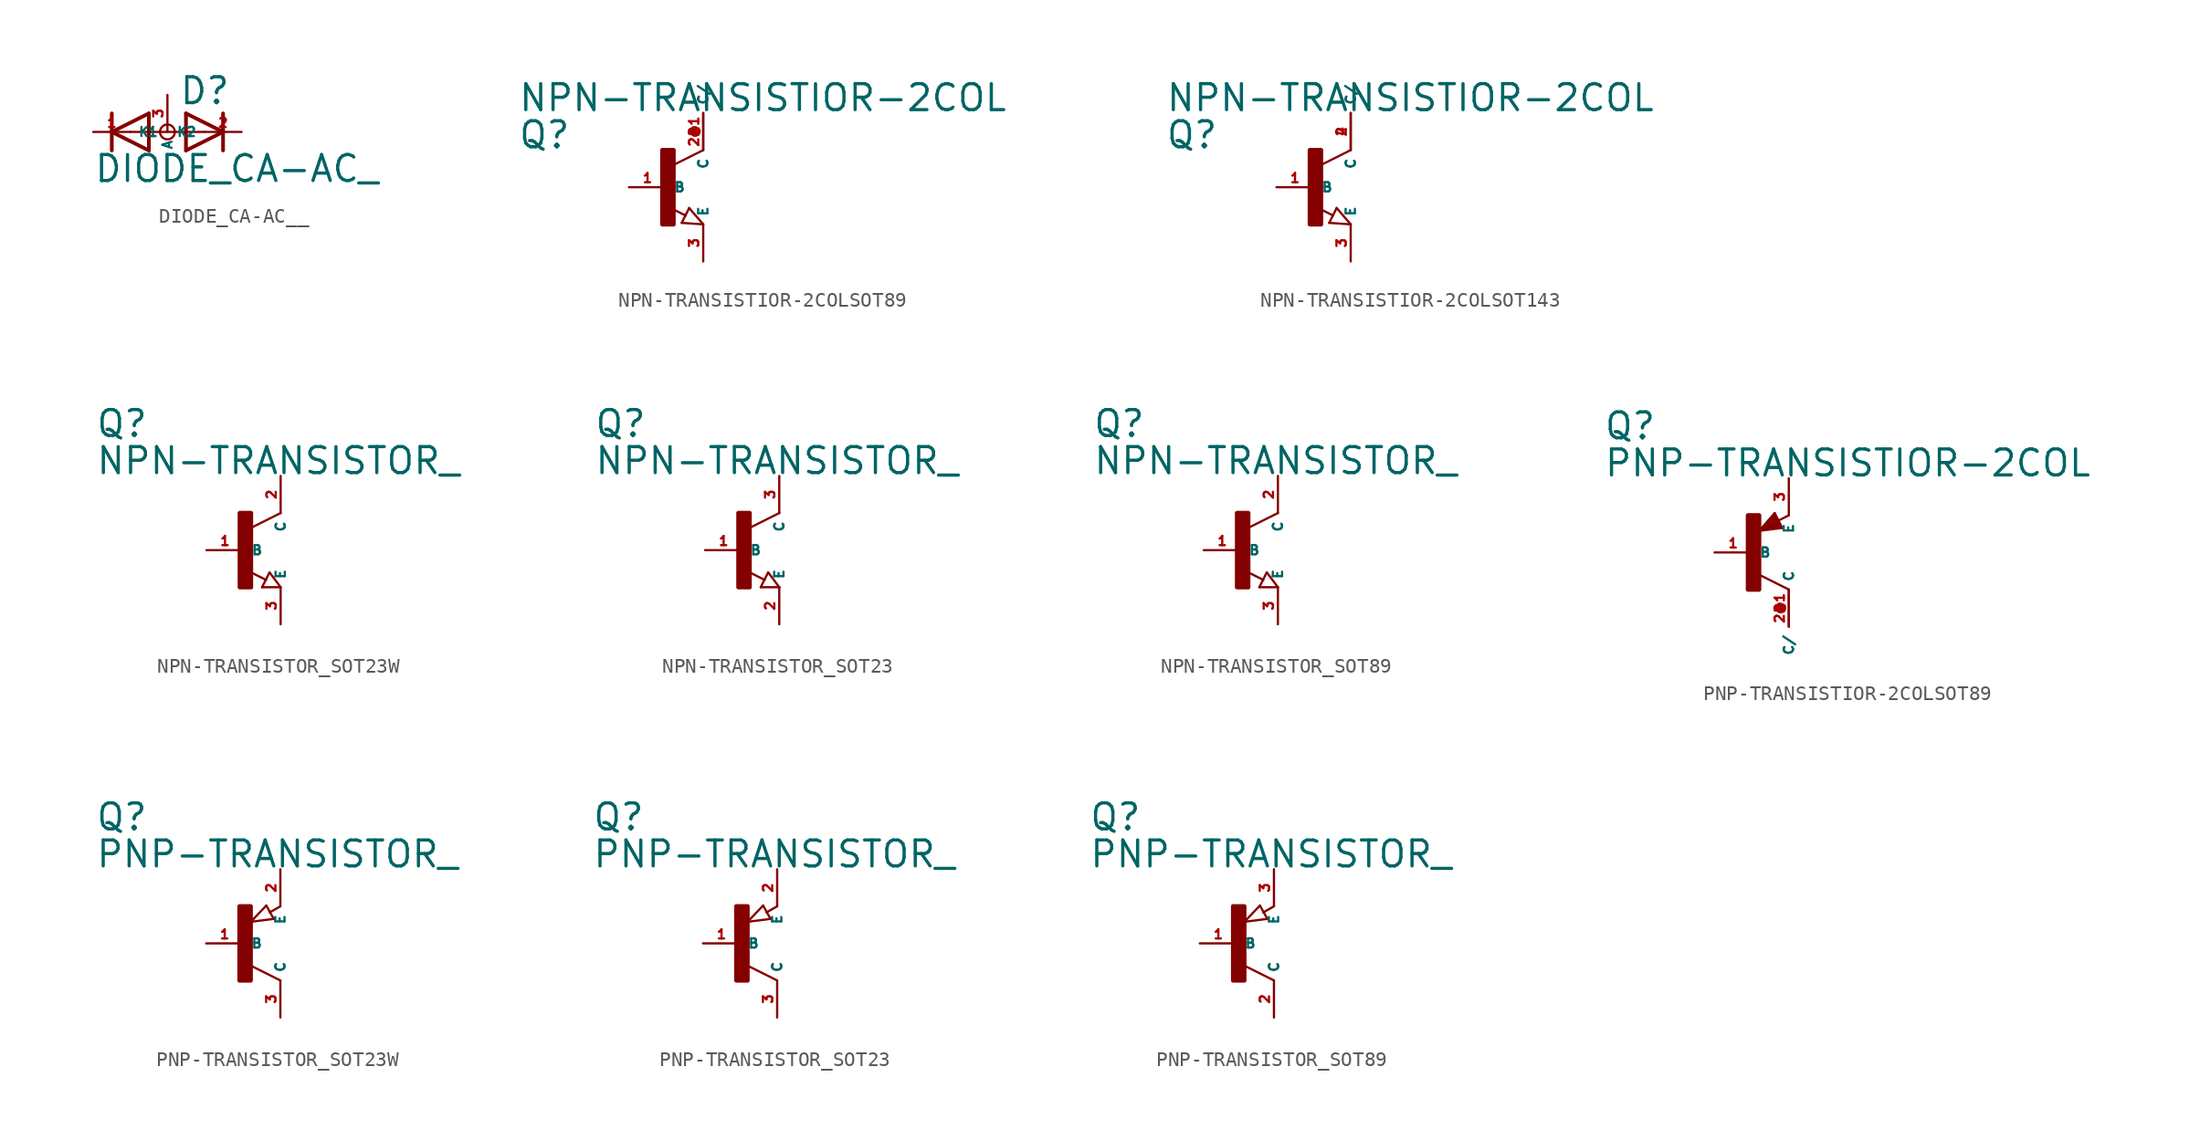
<source format=kicad_sym>
(kicad_symbol_lib
  (version 20220914)
  (generator Eagle2Kicad)
  (symbol "DIODE_CA-AC__"
    (property "Reference" "D"
      (at 0.762 1.778 0)
      (effects (font (size 1.778 1.778) (thickness 0.22)) (justify left bottom)))
    (property "Value" "DIODE_CA-AC_"
      (at -5.08 -3.556 0)
      (effects (font (size 1.778 1.778) (thickness 0.22)) (justify left bottom)))
    (polyline
      (pts (xy -1.27 1.27) (xy -3.81 0))
      (stroke (width 0.254) (type default))
      (fill (type none)))
    (polyline
      (pts (xy -3.81 0) (xy -1.27 -1.27))
      (stroke (width 0.254) (type default))
      (fill (type none)))
    (polyline
      (pts (xy -3.81 -1.27) (xy -3.81 0))
      (stroke (width 0.254) (type default))
      (fill (type none)))
    (polyline
      (pts (xy -1.27 -1.27) (xy -1.27 1.27))
      (stroke (width 0.254) (type default))
      (fill (type none)))
    (polyline
      (pts (xy -3.81 0) (xy -3.81 1.27))
      (stroke (width 0.254) (type default))
      (fill (type none)))
    (polyline
      (pts (xy 1.27 -1.27) (xy 3.81 0))
      (stroke (width 0.254) (type default))
      (fill (type none)))
    (polyline
      (pts (xy 3.81 0) (xy 1.27 1.27))
      (stroke (width 0.254) (type default))
      (fill (type none)))
    (polyline
      (pts (xy 3.81 1.27) (xy 3.81 0))
      (stroke (width 0.254) (type default))
      (fill (type none)))
    (polyline
      (pts (xy 1.27 1.27) (xy 1.27 -1.27))
      (stroke (width 0.254) (type default))
      (fill (type none)))
    (polyline
      (pts (xy 3.81 0) (xy 3.81 -1.27))
      (stroke (width 0.254) (type default))
      (fill (type none)))
    (polyline
      (pts (xy -2.54 0) (xy 2.54 0))
      (stroke (width 0.152) (type default))
      (fill (type none)))
    (circle
      (center 0 0)
      (radius 0.508)
      (stroke (width 0) (type default))
      (fill (type none)))
    (pin passive line
      (at -5.08 0 0)
      (length 2.54)
      (name "K1" (effects (font (size 0.635 0.635) (thickness 0.08)) (justify left bottom)))
      (number "1" (effects (font (size 0.635 0.635) (thickness 0.08)) (justify left bottom))))
    (pin passive line
      (at 0 2.54 270)
      (length 2.54)
      (name "A" (effects (font (size 0.635 0.635) (thickness 0.08)) (justify left bottom)))
      (number "3" (effects (font (size 0.635 0.635) (thickness 0.08)) (justify left bottom))))
    (pin passive line
      (at 5.08 0 180)
      (length 2.54)
      (name "K2" (effects (font (size 0.635 0.635) (thickness 0.08)) (justify left bottom)))
      (number "2" (effects (font (size 0.635 0.635) (thickness 0.08)) (justify left bottom)))))
  (symbol "NPN-TRANSISTIOR-2COLSOT89"
    (property "Reference" "Q"
      (at -10.16 2.54 0)
      (effects (font (size 1.778 1.778) (thickness 0.22)) (justify left bottom)))
    (property "Value" "NPN-TRANSISTIOR-2COL"
      (at -10.16 5.08 0)
      (effects (font (size 1.778 1.778) (thickness 0.22)) (justify left bottom)))
    (polyline
      (pts (xy 2.54 2.54) (xy 0.508 1.524))
      (stroke (width 0.152) (type default))
      (fill (type none)))
    (polyline
      (pts (xy 1.578 -1.424) (xy 2.54 -2.54))
      (stroke (width 0.152) (type default))
      (fill (type none)))
    (polyline
      (pts (xy 2.54 -2.54) (xy 1.07 -2.44))
      (stroke (width 0.152) (type default))
      (fill (type none)))
    (polyline
      (pts (xy 1.07 -2.44) (xy 1.578 -1.424))
      (stroke (width 0.152) (type default))
      (fill (type none)))
    (polyline
      (pts (xy 1.34 -1.94) (xy 0.108 -1.324))
      (stroke (width 0.152) (type default))
      (fill (type none)))
    (rectangle
      (start -0.254 -2.54)
      (end 0.508 2.54)
      (stroke (width 0.3) (type default))
      (fill (type outline)))
    (pin passive line
      (at -2.54 0 0)
      (length 2.54)
      (name "B" (effects (font (size 0.635 0.635) (thickness 0.08)) (justify left bottom)))
      (number "1" (effects (font (size 0.635 0.635) (thickness 0.08)) (justify left bottom))))
    (pin passive line
      (at 2.54 -5.08 90)
      (length 2.54)
      (name "E" (effects (font (size 0.635 0.635) (thickness 0.08)) (justify left bottom)))
      (number "3" (effects (font (size 0.635 0.635) (thickness 0.08)) (justify left bottom))))
    (pin passive line
      (at 2.54 5.08 270)
      (length 2.54)
      (name "C" (effects (font (size 0.635 0.635) (thickness 0.08)) (justify left bottom)))
      (number "2" (effects (font (size 0.635 0.635) (thickness 0.08)) (justify left bottom))))
    (pin passive line
      (at 2.54 2.54 90)
      (length 2.54)
      (name "C/" (effects (font (size 0.635 0.635) (thickness 0.08)) (justify left bottom)))
      (number "2@1" (effects (font (size 0.635 0.635) (thickness 0.08)) (justify left bottom)))))
  (symbol "NPN-TRANSISTIOR-2COLSOT143"
    (property "Reference" "Q"
      (at -10.16 2.54 0)
      (effects (font (size 1.778 1.778) (thickness 0.22)) (justify left bottom)))
    (property "Value" "NPN-TRANSISTIOR-2COL"
      (at -10.16 5.08 0)
      (effects (font (size 1.778 1.778) (thickness 0.22)) (justify left bottom)))
    (polyline
      (pts (xy 2.54 2.54) (xy 0.508 1.524))
      (stroke (width 0.152) (type default))
      (fill (type none)))
    (polyline
      (pts (xy 1.578 -1.424) (xy 2.54 -2.54))
      (stroke (width 0.152) (type default))
      (fill (type none)))
    (polyline
      (pts (xy 2.54 -2.54) (xy 1.07 -2.44))
      (stroke (width 0.152) (type default))
      (fill (type none)))
    (polyline
      (pts (xy 1.07 -2.44) (xy 1.578 -1.424))
      (stroke (width 0.152) (type default))
      (fill (type none)))
    (polyline
      (pts (xy 1.34 -1.94) (xy 0.108 -1.324))
      (stroke (width 0.152) (type default))
      (fill (type none)))
    (rectangle
      (start -0.254 -2.54)
      (end 0.508 2.54)
      (stroke (width 0.3) (type default))
      (fill (type outline)))
    (pin passive line
      (at -2.54 0 0)
      (length 2.54)
      (name "B" (effects (font (size 0.635 0.635) (thickness 0.08)) (justify left bottom)))
      (number "1" (effects (font (size 0.635 0.635) (thickness 0.08)) (justify left bottom))))
    (pin passive line
      (at 2.54 -5.08 90)
      (length 2.54)
      (name "E" (effects (font (size 0.635 0.635) (thickness 0.08)) (justify left bottom)))
      (number "3" (effects (font (size 0.635 0.635) (thickness 0.08)) (justify left bottom))))
    (pin passive line
      (at 2.54 5.08 270)
      (length 2.54)
      (name "C" (effects (font (size 0.635 0.635) (thickness 0.08)) (justify left bottom)))
      (number "2" (effects (font (size 0.635 0.635) (thickness 0.08)) (justify left bottom))))
    (pin passive line
      (at 2.54 2.54 90)
      (length 2.54)
      (name "C/" (effects (font (size 0.635 0.635) (thickness 0.08)) (justify left bottom)))
      (number "4" (effects (font (size 0.635 0.635) (thickness 0.08)) (justify left bottom)))))
  (symbol "NPN-TRANSISTOR_SOT23W"
    (property "Reference" "Q"
      (at -10.16 7.62 0)
      (effects (font (size 1.778 1.778) (thickness 0.22)) (justify left bottom)))
    (property "Value" "NPN-TRANSISTOR_"
      (at -10.16 5.08 0)
      (effects (font (size 1.778 1.778) (thickness 0.22)) (justify left bottom)))
    (polyline
      (pts (xy 2.54 2.54) (xy 0.508 1.524))
      (stroke (width 0.152) (type default))
      (fill (type none)))
    (polyline
      (pts (xy 1.778 -1.524) (xy 2.54 -2.54))
      (stroke (width 0.152) (type default))
      (fill (type none)))
    (polyline
      (pts (xy 2.54 -2.54) (xy 1.27 -2.54))
      (stroke (width 0.152) (type default))
      (fill (type none)))
    (polyline
      (pts (xy 1.27 -2.54) (xy 1.778 -1.524))
      (stroke (width 0.152) (type default))
      (fill (type none)))
    (polyline
      (pts (xy 1.54 -2.04) (xy 0.308 -1.424))
      (stroke (width 0.152) (type default))
      (fill (type none)))
    (rectangle
      (start -0.254 -2.54)
      (end 0.508 2.54)
      (stroke (width 0.3) (type default))
      (fill (type outline)))
    (pin passive line
      (at -2.54 0 0)
      (length 2.54)
      (name "B" (effects (font (size 0.635 0.635) (thickness 0.08)) (justify left bottom)))
      (number "1" (effects (font (size 0.635 0.635) (thickness 0.08)) (justify left bottom))))
    (pin passive line
      (at 2.54 -5.08 90)
      (length 2.54)
      (name "E" (effects (font (size 0.635 0.635) (thickness 0.08)) (justify left bottom)))
      (number "3" (effects (font (size 0.635 0.635) (thickness 0.08)) (justify left bottom))))
    (pin passive line
      (at 2.54 5.08 270)
      (length 2.54)
      (name "C" (effects (font (size 0.635 0.635) (thickness 0.08)) (justify left bottom)))
      (number "2" (effects (font (size 0.635 0.635) (thickness 0.08)) (justify left bottom)))))
  (symbol "NPN-TRANSISTOR_SOT23"
    (property "Reference" "Q"
      (at -10.16 7.62 0)
      (effects (font (size 1.778 1.778) (thickness 0.22)) (justify left bottom)))
    (property "Value" "NPN-TRANSISTOR_"
      (at -10.16 5.08 0)
      (effects (font (size 1.778 1.778) (thickness 0.22)) (justify left bottom)))
    (polyline
      (pts (xy 2.54 2.54) (xy 0.508 1.524))
      (stroke (width 0.152) (type default))
      (fill (type none)))
    (polyline
      (pts (xy 1.778 -1.524) (xy 2.54 -2.54))
      (stroke (width 0.152) (type default))
      (fill (type none)))
    (polyline
      (pts (xy 2.54 -2.54) (xy 1.27 -2.54))
      (stroke (width 0.152) (type default))
      (fill (type none)))
    (polyline
      (pts (xy 1.27 -2.54) (xy 1.778 -1.524))
      (stroke (width 0.152) (type default))
      (fill (type none)))
    (polyline
      (pts (xy 1.54 -2.04) (xy 0.308 -1.424))
      (stroke (width 0.152) (type default))
      (fill (type none)))
    (rectangle
      (start -0.254 -2.54)
      (end 0.508 2.54)
      (stroke (width 0.3) (type default))
      (fill (type outline)))
    (pin passive line
      (at -2.54 0 0)
      (length 2.54)
      (name "B" (effects (font (size 0.635 0.635) (thickness 0.08)) (justify left bottom)))
      (number "1" (effects (font (size 0.635 0.635) (thickness 0.08)) (justify left bottom))))
    (pin passive line
      (at 2.54 -5.08 90)
      (length 2.54)
      (name "E" (effects (font (size 0.635 0.635) (thickness 0.08)) (justify left bottom)))
      (number "2" (effects (font (size 0.635 0.635) (thickness 0.08)) (justify left bottom))))
    (pin passive line
      (at 2.54 5.08 270)
      (length 2.54)
      (name "C" (effects (font (size 0.635 0.635) (thickness 0.08)) (justify left bottom)))
      (number "3" (effects (font (size 0.635 0.635) (thickness 0.08)) (justify left bottom)))))
  (symbol "NPN-TRANSISTOR_SOT89"
    (property "Reference" "Q"
      (at -10.16 7.62 0)
      (effects (font (size 1.778 1.778) (thickness 0.22)) (justify left bottom)))
    (property "Value" "NPN-TRANSISTOR_"
      (at -10.16 5.08 0)
      (effects (font (size 1.778 1.778) (thickness 0.22)) (justify left bottom)))
    (polyline
      (pts (xy 2.54 2.54) (xy 0.508 1.524))
      (stroke (width 0.152) (type default))
      (fill (type none)))
    (polyline
      (pts (xy 1.778 -1.524) (xy 2.54 -2.54))
      (stroke (width 0.152) (type default))
      (fill (type none)))
    (polyline
      (pts (xy 2.54 -2.54) (xy 1.27 -2.54))
      (stroke (width 0.152) (type default))
      (fill (type none)))
    (polyline
      (pts (xy 1.27 -2.54) (xy 1.778 -1.524))
      (stroke (width 0.152) (type default))
      (fill (type none)))
    (polyline
      (pts (xy 1.54 -2.04) (xy 0.308 -1.424))
      (stroke (width 0.152) (type default))
      (fill (type none)))
    (rectangle
      (start -0.254 -2.54)
      (end 0.508 2.54)
      (stroke (width 0.3) (type default))
      (fill (type outline)))
    (pin passive line
      (at -2.54 0 0)
      (length 2.54)
      (name "B" (effects (font (size 0.635 0.635) (thickness 0.08)) (justify left bottom)))
      (number "1" (effects (font (size 0.635 0.635) (thickness 0.08)) (justify left bottom))))
    (pin passive line
      (at 2.54 -5.08 90)
      (length 2.54)
      (name "E" (effects (font (size 0.635 0.635) (thickness 0.08)) (justify left bottom)))
      (number "3" (effects (font (size 0.635 0.635) (thickness 0.08)) (justify left bottom))))
    (pin passive line
      (at 2.54 5.08 270)
      (length 2.54)
      (name "C" (effects (font (size 0.635 0.635) (thickness 0.08)) (justify left bottom)))
      (number "2" (effects (font (size 0.635 0.635) (thickness 0.08)) (justify left bottom)))))
  (symbol "PNP-TRANSISTIOR-2COLSOT89"
    (property "Reference" "Q"
      (at -10.16 7.62 0)
      (effects (font (size 1.778 1.778) (thickness 0.22)) (justify left bottom)))
    (property "Value" "PNP-TRANSISTIOR-2COL"
      (at -10.16 5.08 0)
      (effects (font (size 1.778 1.778) (thickness 0.22)) (justify left bottom)))
    (polyline
      (pts (xy 2.086 1.678) (xy 1.578 2.694))
      (stroke (width 0.152) (type default))
      (fill (type none)))
    (polyline
      (pts (xy 1.578 2.694) (xy 0.516 1.478))
      (stroke (width 0.152) (type default))
      (fill (type none)))
    (polyline
      (pts (xy 0.516 1.478) (xy 2.086 1.678))
      (stroke (width 0.152) (type default))
      (fill (type none)))
    (polyline
      (pts (xy 2.54 2.54) (xy 1.908 2.224))
      (stroke (width 0.152) (type default))
      (fill (type none)))
    (polyline
      (pts (xy 2.54 -2.54) (xy 0.508 -1.524))
      (stroke (width 0.152) (type default))
      (fill (type none)))
    (polyline
      (pts (xy 1.524 2.54) (xy 0.762 1.651))
      (stroke (width 0.254) (type default))
      (fill (type none)))
    (polyline
      (pts (xy 0.762 1.651) (xy 1.905 1.778))
      (stroke (width 0.254) (type default))
      (fill (type none)))
    (polyline
      (pts (xy 1.905 1.778) (xy 1.524 2.413))
      (stroke (width 0.254) (type default))
      (fill (type none)))
    (polyline
      (pts (xy 1.524 2.413) (xy 1.143 1.778))
      (stroke (width 0.254) (type default))
      (fill (type none)))
    (polyline
      (pts (xy 1.143 1.778) (xy 1.651 1.905))
      (stroke (width 0.254) (type default))
      (fill (type none)))
    (polyline
      (pts (xy 1.651 1.905) (xy 1.524 2.032))
      (stroke (width 0.254) (type default))
      (fill (type none)))
    (rectangle
      (start -0.254 -2.54)
      (end 0.508 2.54)
      (stroke (width 0.3) (type default))
      (fill (type outline)))
    (pin passive line
      (at -2.54 0 0)
      (length 2.54)
      (name "B" (effects (font (size 0.635 0.635) (thickness 0.08)) (justify left bottom)))
      (number "1" (effects (font (size 0.635 0.635) (thickness 0.08)) (justify left bottom))))
    (pin passive line
      (at 2.54 5.08 270)
      (length 2.54)
      (name "E" (effects (font (size 0.635 0.635) (thickness 0.08)) (justify left bottom)))
      (number "3" (effects (font (size 0.635 0.635) (thickness 0.08)) (justify left bottom))))
    (pin passive line
      (at 2.54 -5.08 90)
      (length 2.54)
      (name "C" (effects (font (size 0.635 0.635) (thickness 0.08)) (justify left bottom)))
      (number "2" (effects (font (size 0.635 0.635) (thickness 0.08)) (justify left bottom))))
    (pin passive line
      (at 2.54 -2.54 270)
      (length 2.54)
      (name "C/" (effects (font (size 0.635 0.635) (thickness 0.08)) (justify left bottom)))
      (number "2@1" (effects (font (size 0.635 0.635) (thickness 0.08)) (justify left bottom)))))
  (symbol "PNP-TRANSISTOR_SOT23W"
    (property "Reference" "Q"
      (at -10.16 7.62 0)
      (effects (font (size 1.778 1.778) (thickness 0.22)) (justify left bottom)))
    (property "Value" "PNP-TRANSISTOR_"
      (at -10.16 5.08 0)
      (effects (font (size 1.778 1.778) (thickness 0.22)) (justify left bottom)))
    (polyline
      (pts (xy 2.086 1.678) (xy 1.578 2.594))
      (stroke (width 0.152) (type default))
      (fill (type none)))
    (polyline
      (pts (xy 1.578 2.594) (xy 0.516 1.478))
      (stroke (width 0.152) (type default))
      (fill (type none)))
    (polyline
      (pts (xy 0.516 1.478) (xy 2.086 1.678))
      (stroke (width 0.152) (type default))
      (fill (type none)))
    (polyline
      (pts (xy 2.54 2.54) (xy 1.808 2.124))
      (stroke (width 0.152) (type default))
      (fill (type none)))
    (polyline
      (pts (xy 2.54 -2.54) (xy 0.508 -1.524))
      (stroke (width 0.152) (type default))
      (fill (type none)))
    (rectangle
      (start -0.254 -2.54)
      (end 0.508 2.54)
      (stroke (width 0.3) (type default))
      (fill (type outline)))
    (pin passive line
      (at -2.54 0 0)
      (length 2.54)
      (name "B" (effects (font (size 0.635 0.635) (thickness 0.08)) (justify left bottom)))
      (number "1" (effects (font (size 0.635 0.635) (thickness 0.08)) (justify left bottom))))
    (pin passive line
      (at 2.54 5.08 270)
      (length 2.54)
      (name "E" (effects (font (size 0.635 0.635) (thickness 0.08)) (justify left bottom)))
      (number "2" (effects (font (size 0.635 0.635) (thickness 0.08)) (justify left bottom))))
    (pin passive line
      (at 2.54 -5.08 90)
      (length 2.54)
      (name "C" (effects (font (size 0.635 0.635) (thickness 0.08)) (justify left bottom)))
      (number "3" (effects (font (size 0.635 0.635) (thickness 0.08)) (justify left bottom)))))
  (symbol "PNP-TRANSISTOR_SOT23"
    (property "Reference" "Q"
      (at -10.16 7.62 0)
      (effects (font (size 1.778 1.778) (thickness 0.22)) (justify left bottom)))
    (property "Value" "PNP-TRANSISTOR_"
      (at -10.16 5.08 0)
      (effects (font (size 1.778 1.778) (thickness 0.22)) (justify left bottom)))
    (polyline
      (pts (xy 2.086 1.678) (xy 1.578 2.594))
      (stroke (width 0.152) (type default))
      (fill (type none)))
    (polyline
      (pts (xy 1.578 2.594) (xy 0.516 1.478))
      (stroke (width 0.152) (type default))
      (fill (type none)))
    (polyline
      (pts (xy 0.516 1.478) (xy 2.086 1.678))
      (stroke (width 0.152) (type default))
      (fill (type none)))
    (polyline
      (pts (xy 2.54 2.54) (xy 1.808 2.124))
      (stroke (width 0.152) (type default))
      (fill (type none)))
    (polyline
      (pts (xy 2.54 -2.54) (xy 0.508 -1.524))
      (stroke (width 0.152) (type default))
      (fill (type none)))
    (rectangle
      (start -0.254 -2.54)
      (end 0.508 2.54)
      (stroke (width 0.3) (type default))
      (fill (type outline)))
    (pin passive line
      (at -2.54 0 0)
      (length 2.54)
      (name "B" (effects (font (size 0.635 0.635) (thickness 0.08)) (justify left bottom)))
      (number "1" (effects (font (size 0.635 0.635) (thickness 0.08)) (justify left bottom))))
    (pin passive line
      (at 2.54 5.08 270)
      (length 2.54)
      (name "E" (effects (font (size 0.635 0.635) (thickness 0.08)) (justify left bottom)))
      (number "2" (effects (font (size 0.635 0.635) (thickness 0.08)) (justify left bottom))))
    (pin passive line
      (at 2.54 -5.08 90)
      (length 2.54)
      (name "C" (effects (font (size 0.635 0.635) (thickness 0.08)) (justify left bottom)))
      (number "3" (effects (font (size 0.635 0.635) (thickness 0.08)) (justify left bottom)))))
  (symbol "PNP-TRANSISTOR_SOT89"
    (property "Reference" "Q"
      (at -10.16 7.62 0)
      (effects (font (size 1.778 1.778) (thickness 0.22)) (justify left bottom)))
    (property "Value" "PNP-TRANSISTOR_"
      (at -10.16 5.08 0)
      (effects (font (size 1.778 1.778) (thickness 0.22)) (justify left bottom)))
    (polyline
      (pts (xy 2.086 1.678) (xy 1.578 2.594))
      (stroke (width 0.152) (type default))
      (fill (type none)))
    (polyline
      (pts (xy 1.578 2.594) (xy 0.516 1.478))
      (stroke (width 0.152) (type default))
      (fill (type none)))
    (polyline
      (pts (xy 0.516 1.478) (xy 2.086 1.678))
      (stroke (width 0.152) (type default))
      (fill (type none)))
    (polyline
      (pts (xy 2.54 2.54) (xy 1.808 2.124))
      (stroke (width 0.152) (type default))
      (fill (type none)))
    (polyline
      (pts (xy 2.54 -2.54) (xy 0.508 -1.524))
      (stroke (width 0.152) (type default))
      (fill (type none)))
    (rectangle
      (start -0.254 -2.54)
      (end 0.508 2.54)
      (stroke (width 0.3) (type default))
      (fill (type outline)))
    (pin passive line
      (at -2.54 0 0)
      (length 2.54)
      (name "B" (effects (font (size 0.635 0.635) (thickness 0.08)) (justify left bottom)))
      (number "1" (effects (font (size 0.635 0.635) (thickness 0.08)) (justify left bottom))))
    (pin passive line
      (at 2.54 5.08 270)
      (length 2.54)
      (name "E" (effects (font (size 0.635 0.635) (thickness 0.08)) (justify left bottom)))
      (number "3" (effects (font (size 0.635 0.635) (thickness 0.08)) (justify left bottom))))
    (pin passive line
      (at 2.54 -5.08 90)
      (length 2.54)
      (name "C" (effects (font (size 0.635 0.635) (thickness 0.08)) (justify left bottom)))
      (number "2" (effects (font (size 0.635 0.635) (thickness 0.08)) (justify left bottom))))))
</source>
